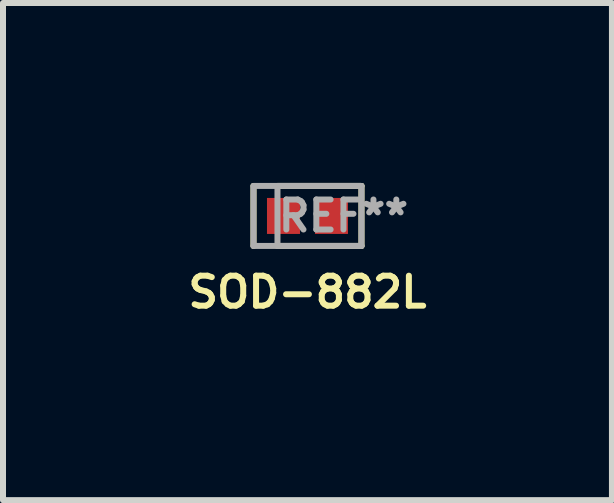
<source format=kicad_pcb>
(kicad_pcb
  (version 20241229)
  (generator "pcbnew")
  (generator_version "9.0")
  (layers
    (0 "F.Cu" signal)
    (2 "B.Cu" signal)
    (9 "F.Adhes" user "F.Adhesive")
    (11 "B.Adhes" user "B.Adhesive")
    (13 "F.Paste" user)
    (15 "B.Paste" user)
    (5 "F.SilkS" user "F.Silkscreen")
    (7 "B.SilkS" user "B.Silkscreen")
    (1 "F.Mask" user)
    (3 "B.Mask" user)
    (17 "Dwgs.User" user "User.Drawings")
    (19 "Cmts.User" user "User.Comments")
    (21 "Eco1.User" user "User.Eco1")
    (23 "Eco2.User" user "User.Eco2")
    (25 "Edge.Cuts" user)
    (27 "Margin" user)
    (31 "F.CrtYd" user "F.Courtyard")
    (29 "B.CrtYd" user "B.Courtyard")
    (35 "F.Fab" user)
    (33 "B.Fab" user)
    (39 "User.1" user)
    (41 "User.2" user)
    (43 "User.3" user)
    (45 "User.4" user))
  (footprint "SOD-882L"
    (layer "F.Cu")
    (at 2.076 0.55)
    (property "Reference" "SOD-882L" (at 0 1.27 0) (layer "F.SilkS") (effects (font (size 0.5 0.5) (thickness 0.1))))
    (attr through_hole)
    (fp_line (start -0.9 0.5) (end -0.9 -0.5) (stroke (width 0.1) (type solid)) (layer "F.SilkS"))
    (fp_line (start -0.5 -0.5) (end 0.9 -0.5) (stroke (width 0.1) (type solid)) (layer "F.SilkS"))
    (fp_line (start 0.9 -0.5) (end 0.9 0.5) (stroke (width 0.1) (type solid)) (layer "F.SilkS"))
    (fp_line (start 0.9 0.5) (end -0.5 0.5) (stroke (width 0.1) (type solid)) (layer "F.SilkS"))
    (fp_line (start -0.9 -0.5) (end -0.9 0.5) (stroke (width 0.1) (type solid)) (layer "F.Fab"))
    (fp_line (start -0.9 0.5) (end 0.9 0.5) (stroke (width 0.1) (type solid)) (layer "F.Fab"))
    (fp_line (start -0.5 -0.5) (end -0.5 0.5) (stroke (width 0.1) (type solid)) (layer "F.Fab"))
    (fp_line (start 0.9 -0.5) (end -0.9 -0.5) (stroke (width 0.1) (type solid)) (layer "F.Fab"))
    (fp_line (start 0.9 0.5) (end 0.9 -0.5) (stroke (width 0.1) (type solid)) (layer "F.Fab"))
    (fp_text user "REF**" (at 0.6 0 0) (layer "F.Fab") (effects (font (size 0.5 0.5) (thickness 0.1))))
    (pad "1" smd rect (at -0.4 0) (size 0.55 0.6) (layers "F.Cu" "F.Mask" "F.Paste"))
    (pad "2" smd rect (at 0.4 0) (size 0.55 0.6) (layers "F.Cu" "F.Mask" "F.Paste")))
  (gr_rect
    (start -3 -3)
    (end 7.152 5.288)
    (stroke (width 0.1) (type default))
    (fill no)
    (layer "Edge.Cuts")))
</source>
